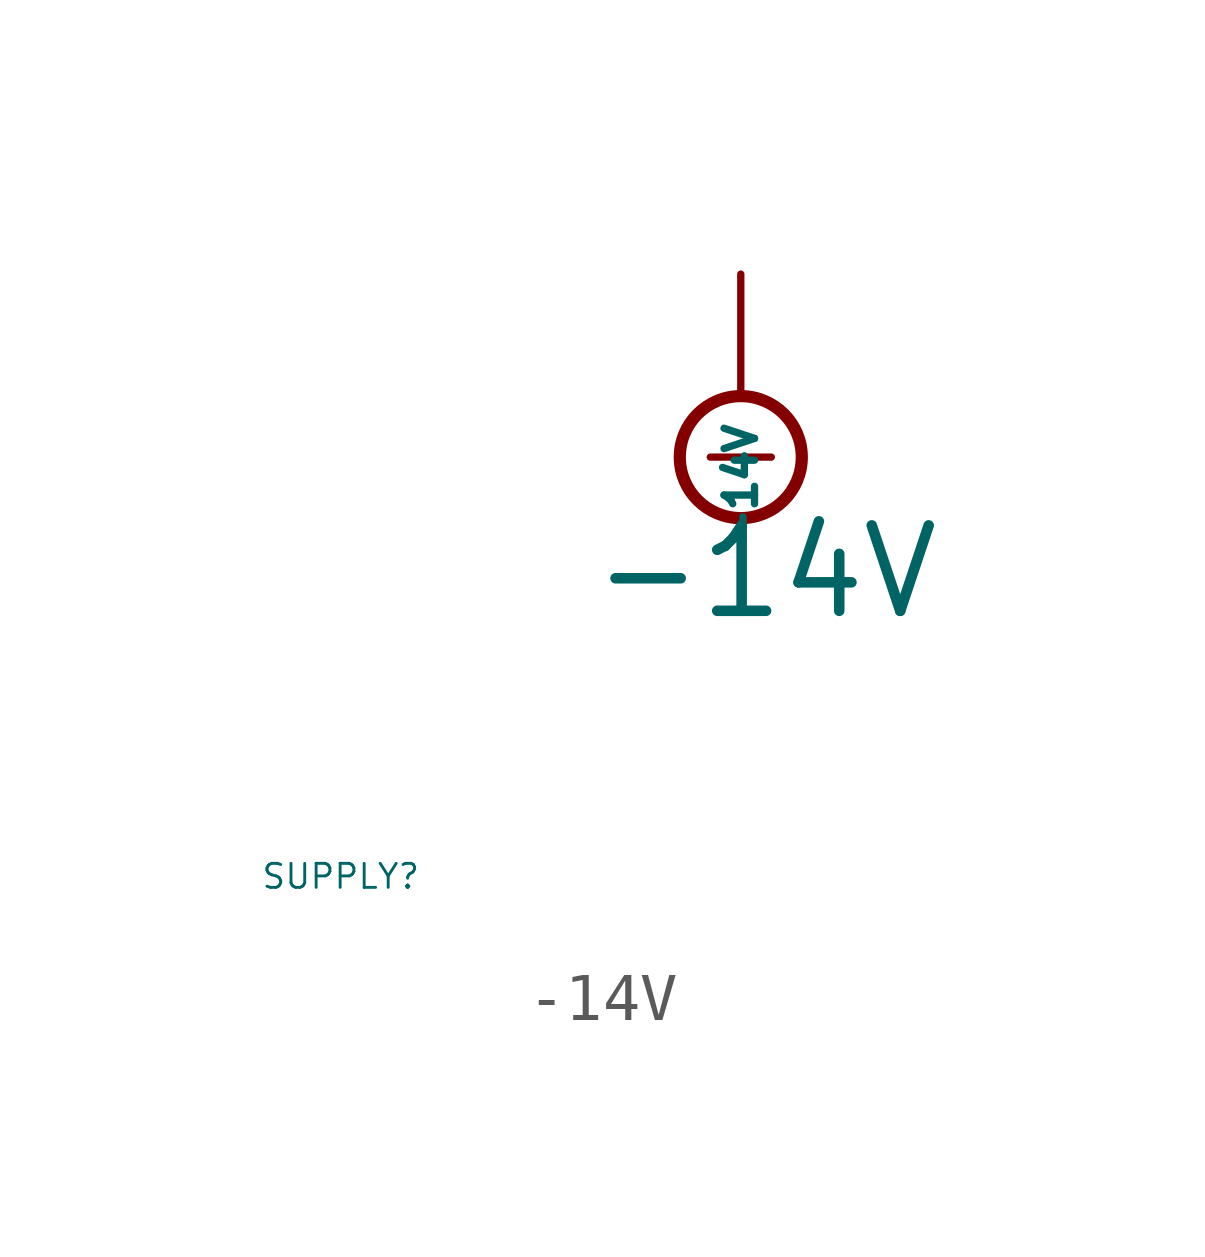
<source format=kicad_sym>
(kicad_symbol_lib
  (version 20220914)
  (generator Eagle2Kicad)
  (symbol "-14V"
    (property "Reference" "SUPPLY"
      (at -10 -10 0)
      (effects (font (size 0.5 0.5) (thickness 0.06)) (justify left)))
    (property "Value" "-14V"
      (at -3.175 -4.699 0)
      (effects (font (size 1.778 1.778) (thickness 0.22)) (justify left bottom)))
    (polyline
      (pts (xy -0.635 -1.27) (xy 0.635 -1.27))
      (stroke (width 0.152) (type default))
      (fill (type none)))
    (circle
      (center 0 -1.27)
      (radius 1.27)
      (stroke (width 0.254) (type default))
      (fill (type none)))
    (pin unspecified line
      (at 0 2.54 270)
      (length 2.54)
      (name "-14V" (effects (font (size 0.635 0.635) (thickness 0.08)) (justify left bottom)))
      (number "" (effects (font (size 0.635 0.635) (thickness 0.08)) (justify left bottom))))))
</source>
